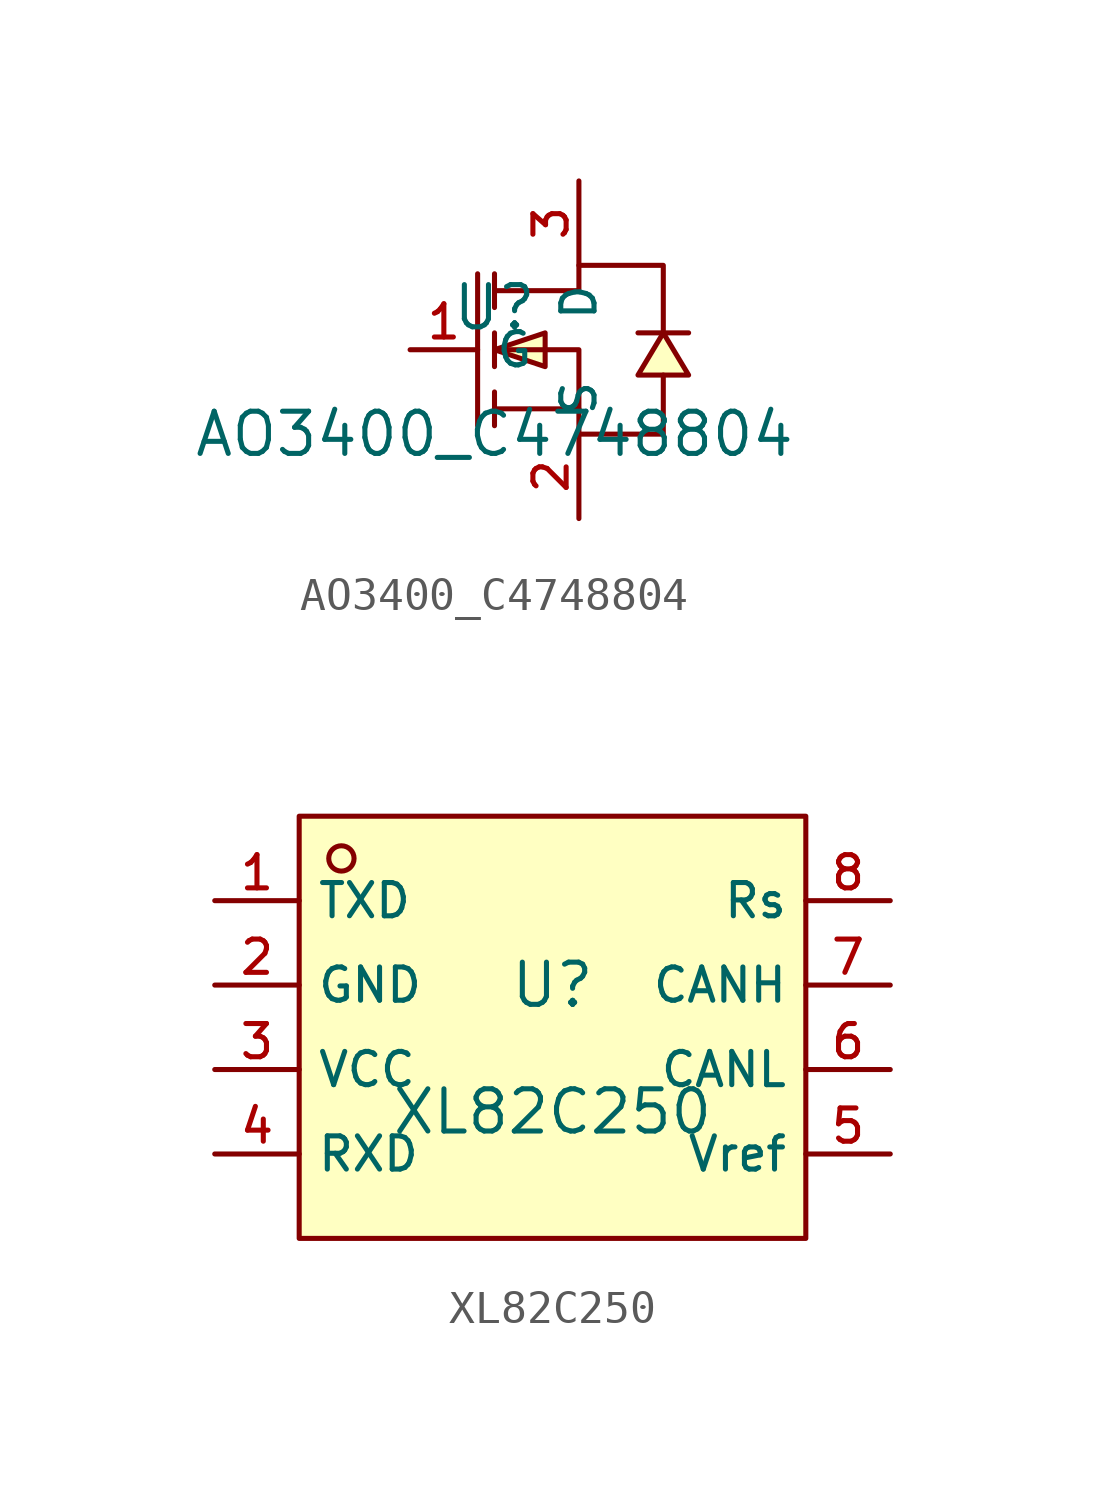
<source format=kicad_sym>
(kicad_symbol_lib
  (version 20210201)
  (generator TousstNicolas/JLC2KiCad_lib)
  (symbol "AO3400_C4748804"
    (property "Reference" "U"
      (at 0 1.27 0)
      (effects (font (size 1.27 1.27))))
    (property "Value" "AO3400_C4748804"
      (at 0 -2.54 0)
      (effects (font (size 1.27 1.27))))
    (symbol "AO3400_C4748804_0_1"
      (pin unspecified line (at 2.54 -5.08 90) (length 2.54) (name "S" (effects (font (size 1 1)))) (number "2" (effects (font (size 1 1)))))
      (pin unspecified line (at -2.54 -0.0 0) (length 2.032) (name "G" (effects (font (size 1 1)))) (number "1" (effects (font (size 1 1)))))
      (pin unspecified line (at 2.54 5.08 270) (length 2.54) (name "D" (effects (font (size 1 1)))) (number "3" (effects (font (size 1 1)))))
      (polyline (pts (xy 5.842 0.508) (xy 5.588 0.508) (xy 4.572 0.508) (xy 4.318 0.508)) (stroke (width 0) (type default) (color 0 0 0 0)) (fill (type none)))
      (polyline (pts (xy 0.0 -2.286) (xy 0.0 -1.27)) (stroke (width 0) (type default) (color 0 0 0 0)) (fill (type none)))
      (polyline (pts (xy 0.0 -0.508) (xy 0.0 0.508)) (stroke (width 0) (type default) (color 0 0 0 0)) (fill (type none)))
      (polyline (pts (xy 0.0 2.286) (xy 0.0 1.27)) (stroke (width 0) (type default) (color 0 0 0 0)) (fill (type none)))
      (polyline (pts (xy -0.508 2.286) (xy -0.508 -2.286)) (stroke (width 0) (type default) (color 0 0 0 0)) (fill (type none)))
      (polyline (pts (xy 2.54 -1.778) (xy 0.0 -1.778)) (stroke (width 0) (type default) (color 0 0 0 0)) (fill (type none)))
      (polyline (pts (xy 0.0 -0.0) (xy 2.54 -0.0) (xy 2.54 -2.54) (xy 5.08 -2.54) (xy 5.08 -0.762)) (stroke (width 0) (type default) (color 0 0 0 0)) (fill (type none)))
      (polyline (pts (xy 0.0 1.778) (xy 2.54 1.778) (xy 2.54 2.54) (xy 5.08 2.54) (xy 5.08 0.508)) (stroke (width 0) (type default) (color 0 0 0 0)) (fill (type none)))
      (polyline (pts (xy 5.08 0.508) (xy 4.318 -0.762) (xy 5.842 -0.762) (xy 5.08 0.508)) (stroke (width 0) (type default) (color 0 0 0 0)) (fill (type background)))
      (polyline (pts (xy 0.0 -0.0) (xy 1.524 -0.508) (xy 1.524 0.508) (xy 0.0 -0.0)) (stroke (width 0) (type default) (color 0 0 0 0)) (fill (type background)))))
  (symbol "XL82C250"
    (property "Reference" "U"
      (at 0 1.27 0)
      (effects (font (size 1.27 1.27))))
    (property "Value" "XL82C250"
      (at 0 -2.54 0)
      (effects (font (size 1.27 1.27))))
    (symbol "XL82C250_0_1"
      (rectangle (start -7.62 6.35) (end 7.62 -6.35) (stroke (width 0) (type default) (color 0 0 0 0)) (fill (type background)))
      (circle (center -6.35 5.08) (radius 0.381) (stroke (width 0) (type default) (color 0 0 0 0)) (fill (type background)))
      (pin unspecified line (at -10.16 3.81 0) (length 2.54) (name "TXD" (effects (font (size 1 1)))) (number "1" (effects (font (size 1 1)))))
      (pin unspecified line (at -10.16 1.27 0) (length 2.54) (name "GND" (effects (font (size 1 1)))) (number "2" (effects (font (size 1 1)))))
      (pin unspecified line (at -10.16 -1.27 0) (length 2.54) (name "VCC" (effects (font (size 1 1)))) (number "3" (effects (font (size 1 1)))))
      (pin unspecified line (at -10.16 -3.81 0) (length 2.54) (name "RXD" (effects (font (size 1 1)))) (number "4" (effects (font (size 1 1)))))
      (pin unspecified line (at 10.16 -3.81 180) (length 2.54) (name "Vref" (effects (font (size 1 1)))) (number "5" (effects (font (size 1 1)))))
      (pin unspecified line (at 10.16 -1.27 180) (length 2.54) (name "CANL" (effects (font (size 1 1)))) (number "6" (effects (font (size 1 1)))))
      (pin unspecified line (at 10.16 1.27 180) (length 2.54) (name "CANH" (effects (font (size 1 1)))) (number "7" (effects (font (size 1 1)))))
      (pin unspecified line (at 10.16 3.81 180) (length 2.54) (name "Rs" (effects (font (size 1 1)))) (number "8" (effects (font (size 1 1))))))))
</source>
